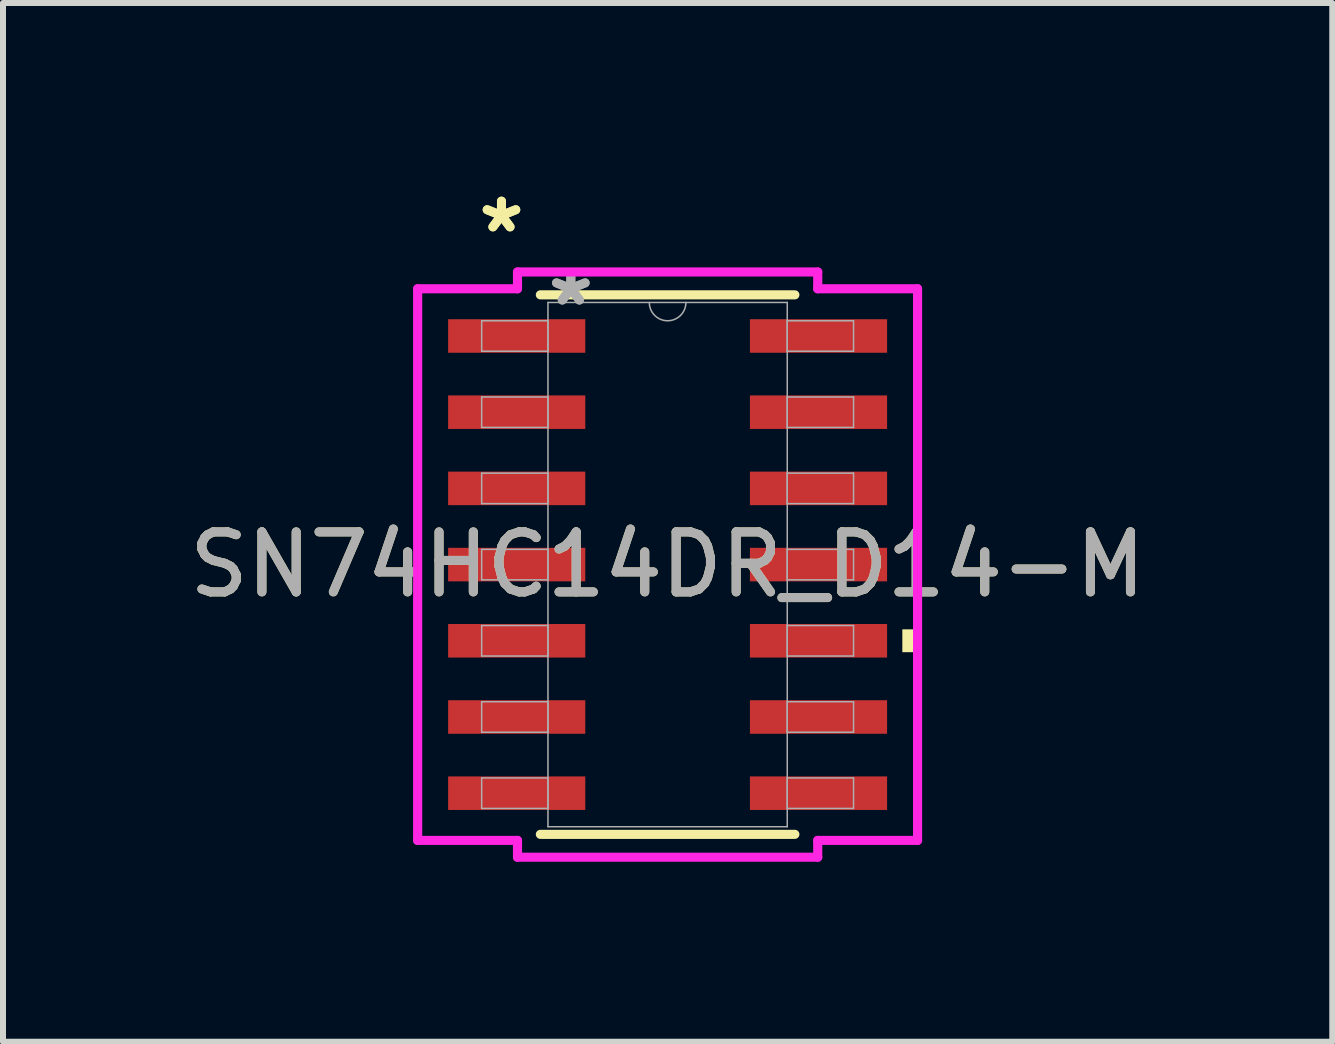
<source format=kicad_pcb>
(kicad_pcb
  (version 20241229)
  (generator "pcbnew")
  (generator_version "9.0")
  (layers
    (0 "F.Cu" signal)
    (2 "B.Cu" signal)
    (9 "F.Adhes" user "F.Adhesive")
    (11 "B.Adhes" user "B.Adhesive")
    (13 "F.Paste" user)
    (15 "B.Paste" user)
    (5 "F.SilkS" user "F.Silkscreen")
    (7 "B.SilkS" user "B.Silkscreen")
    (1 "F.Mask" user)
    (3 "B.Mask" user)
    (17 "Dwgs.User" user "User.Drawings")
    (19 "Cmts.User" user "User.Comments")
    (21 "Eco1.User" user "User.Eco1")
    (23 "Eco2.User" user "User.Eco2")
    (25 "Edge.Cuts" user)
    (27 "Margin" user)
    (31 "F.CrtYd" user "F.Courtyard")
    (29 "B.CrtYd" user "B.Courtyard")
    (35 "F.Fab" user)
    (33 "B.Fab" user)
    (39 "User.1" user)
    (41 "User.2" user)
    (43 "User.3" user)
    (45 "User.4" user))
  (footprint "SN74HC14DR_D14-M"
    (layer "F.Cu")
    (at 8.077 6.36)
    (property "Reference" "SN74HC14DR_D14-M" (at 0 0 0) (unlocked yes) (layer "F.SilkS") (effects (font (size 1 1) (thickness 0.15))))
    (attr smd)
    (fp_line (start -2.121 4.496) (end 2.121 4.496) (stroke (width 0.152) (type solid)) (layer "F.SilkS"))
    (fp_line (start 2.121 -4.496) (end -2.121 -4.496) (stroke (width 0.152) (type solid)) (layer "F.SilkS"))
    (fp_poly (pts (xy 4.166 1.079) (xy 4.166 1.46) (xy 3.912 1.46) (xy 3.912 1.079)) (stroke (width 0) (type solid)) (fill yes) (layer "F.SilkS"))
    (fp_line (start -4.166 -4.597) (end -2.502 -4.597) (stroke (width 0.152) (type solid)) (layer "F.CrtYd"))
    (fp_line (start -4.166 4.597) (end -4.166 -4.597) (stroke (width 0.152) (type solid)) (layer "F.CrtYd"))
    (fp_line (start -4.166 4.597) (end -2.502 4.597) (stroke (width 0.152) (type solid)) (layer "F.CrtYd"))
    (fp_line (start -2.502 -4.877) (end 2.502 -4.877) (stroke (width 0.152) (type solid)) (layer "F.CrtYd"))
    (fp_line (start -2.502 -4.597) (end -2.502 -4.877) (stroke (width 0.152) (type solid)) (layer "F.CrtYd"))
    (fp_line (start -2.502 4.877) (end -2.502 4.597) (stroke (width 0.152) (type solid)) (layer "F.CrtYd"))
    (fp_line (start 2.502 -4.877) (end 2.502 -4.597) (stroke (width 0.152) (type solid)) (layer "F.CrtYd"))
    (fp_line (start 2.502 4.597) (end 2.502 4.877) (stroke (width 0.152) (type solid)) (layer "F.CrtYd"))
    (fp_line (start 2.502 4.877) (end -2.502 4.877) (stroke (width 0.152) (type solid)) (layer "F.CrtYd"))
    (fp_line (start 4.166 -4.597) (end 2.502 -4.597) (stroke (width 0.152) (type solid)) (layer "F.CrtYd"))
    (fp_line (start 4.166 -4.597) (end 4.166 4.597) (stroke (width 0.152) (type solid)) (layer "F.CrtYd"))
    (fp_line (start 4.166 4.597) (end 2.502 4.597) (stroke (width 0.152) (type solid)) (layer "F.CrtYd"))
    (fp_line (start -3.099 -4.064) (end -3.099 -3.556) (stroke (width 0.025) (type solid)) (layer "F.Fab"))
    (fp_line (start -3.099 -3.556) (end -1.994 -3.556) (stroke (width 0.025) (type solid)) (layer "F.Fab"))
    (fp_line (start -3.099 -2.794) (end -3.099 -2.286) (stroke (width 0.025) (type solid)) (layer "F.Fab"))
    (fp_line (start -3.099 -2.286) (end -1.994 -2.286) (stroke (width 0.025) (type solid)) (layer "F.Fab"))
    (fp_line (start -3.099 -1.524) (end -3.099 -1.016) (stroke (width 0.025) (type solid)) (layer "F.Fab"))
    (fp_line (start -3.099 -1.016) (end -1.994 -1.016) (stroke (width 0.025) (type solid)) (layer "F.Fab"))
    (fp_line (start -3.099 -0.254) (end -3.099 0.254) (stroke (width 0.025) (type solid)) (layer "F.Fab"))
    (fp_line (start -3.099 0.254) (end -1.994 0.254) (stroke (width 0.025) (type solid)) (layer "F.Fab"))
    (fp_line (start -3.099 1.016) (end -3.099 1.524) (stroke (width 0.025) (type solid)) (layer "F.Fab"))
    (fp_line (start -3.099 1.524) (end -1.994 1.524) (stroke (width 0.025) (type solid)) (layer "F.Fab"))
    (fp_line (start -3.099 2.286) (end -3.099 2.794) (stroke (width 0.025) (type solid)) (layer "F.Fab"))
    (fp_line (start -3.099 2.794) (end -1.994 2.794) (stroke (width 0.025) (type solid)) (layer "F.Fab"))
    (fp_line (start -3.099 3.556) (end -3.099 4.064) (stroke (width 0.025) (type solid)) (layer "F.Fab"))
    (fp_line (start -3.099 4.064) (end -1.994 4.064) (stroke (width 0.025) (type solid)) (layer "F.Fab"))
    (fp_line (start -1.994 -4.369) (end -1.994 4.369) (stroke (width 0.025) (type solid)) (layer "F.Fab"))
    (fp_line (start -1.994 -4.064) (end -3.099 -4.064) (stroke (width 0.025) (type solid)) (layer "F.Fab"))
    (fp_line (start -1.994 -3.556) (end -1.994 -4.064) (stroke (width 0.025) (type solid)) (layer "F.Fab"))
    (fp_line (start -1.994 -2.794) (end -3.099 -2.794) (stroke (width 0.025) (type solid)) (layer "F.Fab"))
    (fp_line (start -1.994 -2.286) (end -1.994 -2.794) (stroke (width 0.025) (type solid)) (layer "F.Fab"))
    (fp_line (start -1.994 -1.524) (end -3.099 -1.524) (stroke (width 0.025) (type solid)) (layer "F.Fab"))
    (fp_line (start -1.994 -1.016) (end -1.994 -1.524) (stroke (width 0.025) (type solid)) (layer "F.Fab"))
    (fp_line (start -1.994 -0.254) (end -3.099 -0.254) (stroke (width 0.025) (type solid)) (layer "F.Fab"))
    (fp_line (start -1.994 0.254) (end -1.994 -0.254) (stroke (width 0.025) (type solid)) (layer "F.Fab"))
    (fp_line (start -1.994 1.016) (end -3.099 1.016) (stroke (width 0.025) (type solid)) (layer "F.Fab"))
    (fp_line (start -1.994 1.524) (end -1.994 1.016) (stroke (width 0.025) (type solid)) (layer "F.Fab"))
    (fp_line (start -1.994 2.286) (end -3.099 2.286) (stroke (width 0.025) (type solid)) (layer "F.Fab"))
    (fp_line (start -1.994 2.794) (end -1.994 2.286) (stroke (width 0.025) (type solid)) (layer "F.Fab"))
    (fp_line (start -1.994 3.556) (end -3.099 3.556) (stroke (width 0.025) (type solid)) (layer "F.Fab"))
    (fp_line (start -1.994 4.064) (end -1.994 3.556) (stroke (width 0.025) (type solid)) (layer "F.Fab"))
    (fp_line (start -1.994 4.369) (end 1.994 4.369) (stroke (width 0.025) (type solid)) (layer "F.Fab"))
    (fp_line (start 1.994 -4.369) (end -1.994 -4.369) (stroke (width 0.025) (type solid)) (layer "F.Fab"))
    (fp_line (start 1.994 -4.064) (end 1.994 -3.556) (stroke (width 0.025) (type solid)) (layer "F.Fab"))
    (fp_line (start 1.994 -3.556) (end 3.099 -3.556) (stroke (width 0.025) (type solid)) (layer "F.Fab"))
    (fp_line (start 1.994 -2.794) (end 1.994 -2.286) (stroke (width 0.025) (type solid)) (layer "F.Fab"))
    (fp_line (start 1.994 -2.286) (end 3.099 -2.286) (stroke (width 0.025) (type solid)) (layer "F.Fab"))
    (fp_line (start 1.994 -1.524) (end 1.994 -1.016) (stroke (width 0.025) (type solid)) (layer "F.Fab"))
    (fp_line (start 1.994 -1.016) (end 3.099 -1.016) (stroke (width 0.025) (type solid)) (layer "F.Fab"))
    (fp_line (start 1.994 -0.254) (end 1.994 0.254) (stroke (width 0.025) (type solid)) (layer "F.Fab"))
    (fp_line (start 1.994 0.254) (end 3.099 0.254) (stroke (width 0.025) (type solid)) (layer "F.Fab"))
    (fp_line (start 1.994 1.016) (end 1.994 1.524) (stroke (width 0.025) (type solid)) (layer "F.Fab"))
    (fp_line (start 1.994 1.524) (end 3.099 1.524) (stroke (width 0.025) (type solid)) (layer "F.Fab"))
    (fp_line (start 1.994 2.286) (end 1.994 2.794) (stroke (width 0.025) (type solid)) (layer "F.Fab"))
    (fp_line (start 1.994 2.794) (end 3.099 2.794) (stroke (width 0.025) (type solid)) (layer "F.Fab"))
    (fp_line (start 1.994 3.556) (end 1.994 4.064) (stroke (width 0.025) (type solid)) (layer "F.Fab"))
    (fp_line (start 1.994 4.064) (end 3.099 4.064) (stroke (width 0.025) (type solid)) (layer "F.Fab"))
    (fp_line (start 1.994 4.369) (end 1.994 -4.369) (stroke (width 0.025) (type solid)) (layer "F.Fab"))
    (fp_line (start 3.099 -4.064) (end 1.994 -4.064) (stroke (width 0.025) (type solid)) (layer "F.Fab"))
    (fp_line (start 3.099 -3.556) (end 3.099 -4.064) (stroke (width 0.025) (type solid)) (layer "F.Fab"))
    (fp_line (start 3.099 -2.794) (end 1.994 -2.794) (stroke (width 0.025) (type solid)) (layer "F.Fab"))
    (fp_line (start 3.099 -2.286) (end 3.099 -2.794) (stroke (width 0.025) (type solid)) (layer "F.Fab"))
    (fp_line (start 3.099 -1.524) (end 1.994 -1.524) (stroke (width 0.025) (type solid)) (layer "F.Fab"))
    (fp_line (start 3.099 -1.016) (end 3.099 -1.524) (stroke (width 0.025) (type solid)) (layer "F.Fab"))
    (fp_line (start 3.099 -0.254) (end 1.994 -0.254) (stroke (width 0.025) (type solid)) (layer "F.Fab"))
    (fp_line (start 3.099 0.254) (end 3.099 -0.254) (stroke (width 0.025) (type solid)) (layer "F.Fab"))
    (fp_line (start 3.099 1.016) (end 1.994 1.016) (stroke (width 0.025) (type solid)) (layer "F.Fab"))
    (fp_line (start 3.099 1.524) (end 3.099 1.016) (stroke (width 0.025) (type solid)) (layer "F.Fab"))
    (fp_line (start 3.099 2.286) (end 1.994 2.286) (stroke (width 0.025) (type solid)) (layer "F.Fab"))
    (fp_line (start 3.099 2.794) (end 3.099 2.286) (stroke (width 0.025) (type solid)) (layer "F.Fab"))
    (fp_line (start 3.099 3.556) (end 1.994 3.556) (stroke (width 0.025) (type solid)) (layer "F.Fab"))
    (fp_line (start 3.099 4.064) (end 3.099 3.556) (stroke (width 0.025) (type solid)) (layer "F.Fab"))
    (fp_arc (start 0.3048 -4.3688) (mid 0 -4.064) (end -0.3048 -4.3688) (stroke (width 0.0254) (type solid)) (layer "F.Fab"))
    (fp_text user "*" (at -2.769 -5.512 0) (unlocked yes) (layer "F.SilkS") (effects (font (size 1 1) (thickness 0.15))))
    (fp_text user "*" (at -2.769 -5.512 0) (layer "F.SilkS") (effects (font (size 1 1) (thickness 0.15))))
    (fp_text user "*" (at -1.613 -4.293 0) (unlocked yes) (layer "F.Fab") (effects (font (size 1 1) (thickness 0.15))))
    (fp_text user "${REFERENCE}" (at 0 0 0) (unlocked yes) (layer "F.Fab") (effects (font (size 1 1) (thickness 0.15))))
    (fp_text user "*" (at -1.613 -4.293 0) (layer "F.Fab") (effects (font (size 1 1) (thickness 0.15))))
    (pad "1" smd rect (at -2.515 -3.81) (size 2.286 0.559) (layers "F.Cu" "F.Mask" "F.Paste"))
    (pad "2" smd rect (at -2.515 -2.54) (size 2.286 0.559) (layers "F.Cu" "F.Mask" "F.Paste"))
    (pad "3" smd rect (at -2.515 -1.27) (size 2.286 0.559) (layers "F.Cu" "F.Mask" "F.Paste"))
    (pad "4" smd rect (at -2.515 0) (size 2.286 0.559) (layers "F.Cu" "F.Mask" "F.Paste"))
    (pad "5" smd rect (at -2.515 1.27) (size 2.286 0.559) (layers "F.Cu" "F.Mask" "F.Paste"))
    (pad "6" smd rect (at -2.515 2.54) (size 2.286 0.559) (layers "F.Cu" "F.Mask" "F.Paste"))
    (pad "7" smd rect (at -2.515 3.81) (size 2.286 0.559) (layers "F.Cu" "F.Mask" "F.Paste"))
    (pad "8" smd rect (at 2.515 3.81) (size 2.286 0.559) (layers "F.Cu" "F.Mask" "F.Paste"))
    (pad "9" smd rect (at 2.515 2.54) (size 2.286 0.559) (layers "F.Cu" "F.Mask" "F.Paste"))
    (pad "10" smd rect (at 2.515 1.27) (size 2.286 0.559) (layers "F.Cu" "F.Mask" "F.Paste"))
    (pad "11" smd rect (at 2.515 0) (size 2.286 0.559) (layers "F.Cu" "F.Mask" "F.Paste"))
    (pad "12" smd rect (at 2.515 -1.27) (size 2.286 0.559) (layers "F.Cu" "F.Mask" "F.Paste"))
    (pad "13" smd rect (at 2.515 -2.54) (size 2.286 0.559) (layers "F.Cu" "F.Mask" "F.Paste"))
    (pad "14" smd rect (at 2.515 -3.81) (size 2.286 0.559) (layers "F.Cu" "F.Mask" "F.Paste")))
  (gr_rect
    (start -3 -3)
    (end 19.155 14.313)
    (stroke (width 0.1) (type default))
    (fill no)
    (layer "Edge.Cuts")))
</source>
